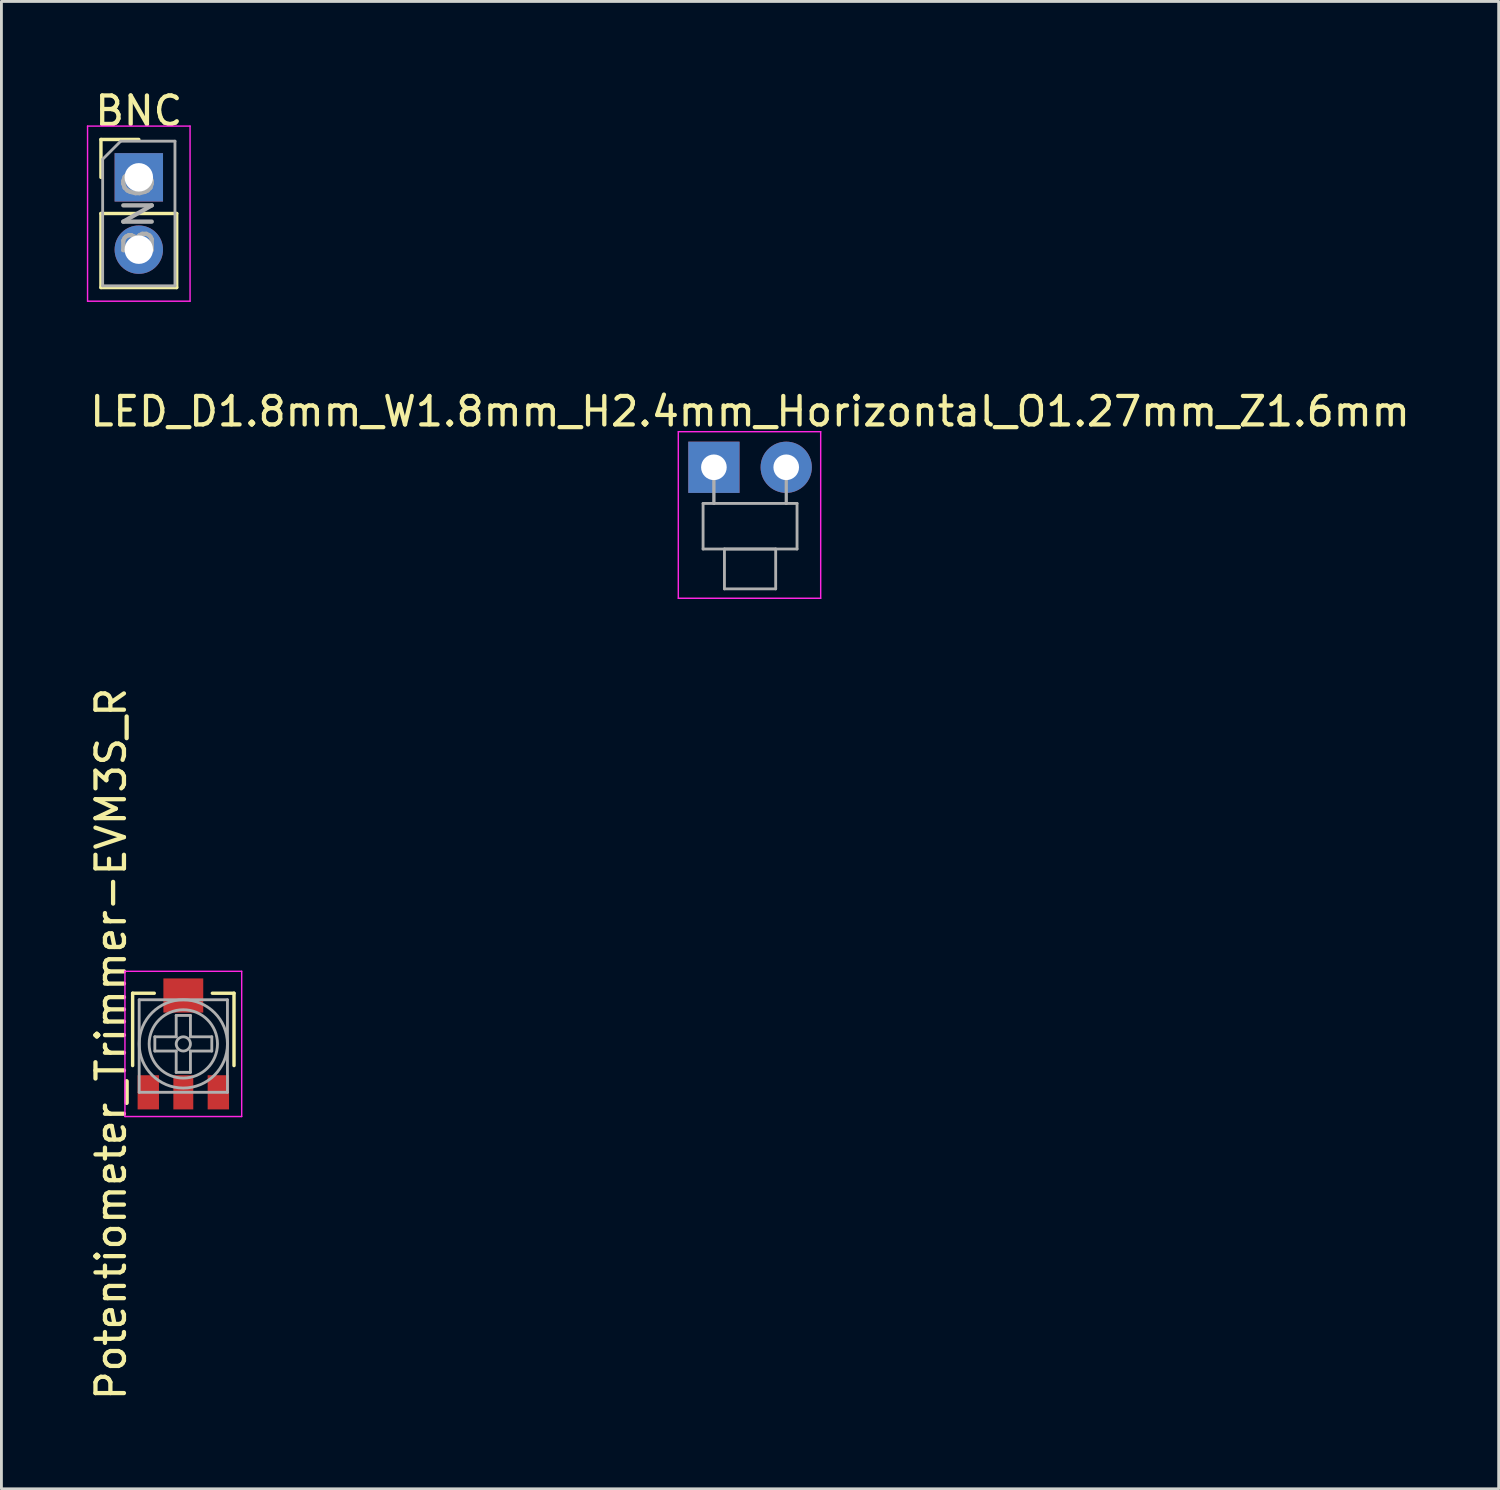
<source format=kicad_pcb>
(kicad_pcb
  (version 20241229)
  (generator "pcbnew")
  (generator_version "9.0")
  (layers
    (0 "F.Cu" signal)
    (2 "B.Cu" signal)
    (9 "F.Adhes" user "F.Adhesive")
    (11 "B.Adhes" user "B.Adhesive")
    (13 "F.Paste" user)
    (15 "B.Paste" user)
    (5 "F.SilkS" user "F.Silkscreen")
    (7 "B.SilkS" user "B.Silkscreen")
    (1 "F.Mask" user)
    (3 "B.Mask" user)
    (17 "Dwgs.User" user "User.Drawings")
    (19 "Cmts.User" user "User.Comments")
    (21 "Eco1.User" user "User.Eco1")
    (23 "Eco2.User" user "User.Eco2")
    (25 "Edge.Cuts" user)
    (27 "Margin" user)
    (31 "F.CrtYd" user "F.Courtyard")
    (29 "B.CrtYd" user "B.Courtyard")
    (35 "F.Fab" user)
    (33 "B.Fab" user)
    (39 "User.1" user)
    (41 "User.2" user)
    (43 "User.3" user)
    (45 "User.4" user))
  (footprint "LED_D1.8mm_W1.8mm_H2.4mm_Horizontal_O1.27mm_Z1.6mm"
    (layer "F.Cu")
    (at 22.022 13.361)
    (property "Reference" "LED_D1.8mm_W1.8mm_H2.4mm_Horizontal_O1.27mm_Z1.6mm" (at 1.27 -1.96 0) (layer "F.SilkS") (effects (font (size 1 1) (thickness 0.15))))
    (attr through_hole)
    (fp_line (start -1.25 -1.25) (end -1.25 4.6) (stroke (width 0.05) (type solid)) (layer "F.CrtYd"))
    (fp_line (start -1.25 4.6) (end 3.75 4.6) (stroke (width 0.05) (type solid)) (layer "F.CrtYd"))
    (fp_line (start 3.75 -1.25) (end -1.25 -1.25) (stroke (width 0.05) (type solid)) (layer "F.CrtYd"))
    (fp_line (start 3.75 4.6) (end 3.75 -1.25) (stroke (width 0.05) (type solid)) (layer "F.CrtYd"))
    (fp_line (start -0.38 1.27) (end -0.38 2.87) (stroke (width 0.1) (type solid)) (layer "F.Fab"))
    (fp_line (start -0.38 2.87) (end 2.92 2.87) (stroke (width 0.1) (type solid)) (layer "F.Fab"))
    (fp_line (start 0 0) (end 0 0) (stroke (width 0.1) (type solid)) (layer "F.Fab"))
    (fp_line (start 0 0) (end 0 1.27) (stroke (width 0.1) (type solid)) (layer "F.Fab"))
    (fp_line (start 0 1.27) (end 0 0) (stroke (width 0.1) (type solid)) (layer "F.Fab"))
    (fp_line (start 0 1.27) (end 0 1.27) (stroke (width 0.1) (type solid)) (layer "F.Fab"))
    (fp_line (start 0.37 2.87) (end 0.37 4.27) (stroke (width 0.1) (type solid)) (layer "F.Fab"))
    (fp_line (start 0.37 4.27) (end 2.17 4.27) (stroke (width 0.1) (type solid)) (layer "F.Fab"))
    (fp_line (start 2.17 2.87) (end 0.37 2.87) (stroke (width 0.1) (type solid)) (layer "F.Fab"))
    (fp_line (start 2.17 4.27) (end 2.17 2.87) (stroke (width 0.1) (type solid)) (layer "F.Fab"))
    (fp_line (start 2.54 0) (end 2.54 0) (stroke (width 0.1) (type solid)) (layer "F.Fab"))
    (fp_line (start 2.54 0) (end 2.54 1.27) (stroke (width 0.1) (type solid)) (layer "F.Fab"))
    (fp_line (start 2.54 1.27) (end 2.54 0) (stroke (width 0.1) (type solid)) (layer "F.Fab"))
    (fp_line (start 2.54 1.27) (end 2.54 1.27) (stroke (width 0.1) (type solid)) (layer "F.Fab"))
    (fp_line (start 2.92 1.27) (end -0.38 1.27) (stroke (width 0.1) (type solid)) (layer "F.Fab"))
    (fp_line (start 2.92 2.87) (end 2.92 1.27) (stroke (width 0.1) (type solid)) (layer "F.Fab"))
    (pad "1" thru_hole rect (at 0 0) (size 1.8 1.8) (drill 0.9) (layers "*.Cu" "*.Mask"))
    (pad "2" thru_hole circle (at 2.54 0) (size 1.8 1.8) (drill 0.9) (layers "*.Cu" "*.Mask")))
  (footprint "BNC"
    (layer "F.Cu")
    (at 1.825 3.178)
    (property "Reference" "BNC" (at 0 -2.33 0) (layer "F.SilkS") (effects (font (size 1 1) (thickness 0.15))))
    (attr through_hole)
    (fp_line (start -1.33 -1.33) (end 0 -1.33) (stroke (width 0.12) (type solid)) (layer "F.SilkS"))
    (fp_line (start -1.33 0) (end -1.33 -1.33) (stroke (width 0.12) (type solid)) (layer "F.SilkS"))
    (fp_line (start -1.33 1.27) (end -1.33 3.87) (stroke (width 0.12) (type solid)) (layer "F.SilkS"))
    (fp_line (start -1.33 1.27) (end 1.33 1.27) (stroke (width 0.12) (type solid)) (layer "F.SilkS"))
    (fp_line (start -1.33 3.87) (end 1.33 3.87) (stroke (width 0.12) (type solid)) (layer "F.SilkS"))
    (fp_line (start 1.33 1.27) (end 1.33 3.87) (stroke (width 0.12) (type solid)) (layer "F.SilkS"))
    (fp_line (start -1.8 -1.8) (end -1.8 4.35) (stroke (width 0.05) (type solid)) (layer "F.CrtYd"))
    (fp_line (start -1.8 4.35) (end 1.8 4.35) (stroke (width 0.05) (type solid)) (layer "F.CrtYd"))
    (fp_line (start 1.8 -1.8) (end -1.8 -1.8) (stroke (width 0.05) (type solid)) (layer "F.CrtYd"))
    (fp_line (start 1.8 4.35) (end 1.8 -1.8) (stroke (width 0.05) (type solid)) (layer "F.CrtYd"))
    (fp_line (start -1.27 -0.635) (end -0.635 -1.27) (stroke (width 0.1) (type solid)) (layer "F.Fab"))
    (fp_line (start -1.27 3.81) (end -1.27 -0.635) (stroke (width 0.1) (type solid)) (layer "F.Fab"))
    (fp_line (start -0.635 -1.27) (end 1.27 -1.27) (stroke (width 0.1) (type solid)) (layer "F.Fab"))
    (fp_line (start 1.27 -1.27) (end 1.27 3.81) (stroke (width 0.1) (type solid)) (layer "F.Fab"))
    (fp_line (start 1.27 3.81) (end -1.27 3.81) (stroke (width 0.1) (type solid)) (layer "F.Fab"))
    (fp_text user "${REFERENCE}" (at 0 1.27 90) (layer "F.Fab") (effects (font (size 1 1) (thickness 0.15))))
    (pad "1" thru_hole oval (at 0 2.54) (size 1.7 1.7) (drill 1) (layers "*.Cu" "*.Mask"))
    (pad "2" thru_hole rect (at 0 0) (size 1.7 1.7) (drill 1) (layers "*.Cu" "*.Mask")))
  (footprint "Potentiometer_Trimmer-EVM3S_R"
    (layer "F.Cu")
    (at 3.388 33.612)
    (property "Reference" "Potentiometer_Trimmer-EVM3S_R" (at -2.54 0 270) (layer "F.SilkS") (effects (font (size 1 1) (thickness 0.15))))
    (attr smd)
    (fp_line (start -1.78 -1.78) (end -1.02 -1.78) (stroke (width 0.12) (type solid)) (layer "F.SilkS"))
    (fp_line (start -1.78 0.76) (end -1.78 -1.78) (stroke (width 0.12) (type solid)) (layer "F.SilkS"))
    (fp_line (start 1.02 -1.78) (end 1.78 -1.78) (stroke (width 0.12) (type solid)) (layer "F.SilkS"))
    (fp_line (start 1.78 -1.78) (end 1.78 0.76) (stroke (width 0.12) (type solid)) (layer "F.SilkS"))
    (fp_line (start -2.05 -2.55) (end 2.05 -2.55) (stroke (width 0.05) (type solid)) (layer "F.CrtYd"))
    (fp_line (start -2.05 2.55) (end -2.05 -2.55) (stroke (width 0.05) (type solid)) (layer "F.CrtYd"))
    (fp_line (start 2.05 -2.55) (end 2.05 2.55) (stroke (width 0.05) (type solid)) (layer "F.CrtYd"))
    (fp_line (start 2.05 2.55) (end -2.05 2.55) (stroke (width 0.05) (type solid)) (layer "F.CrtYd"))
    (fp_line (start -1.55 -1.55) (end 1.55 -1.55) (stroke (width 0.1) (type solid)) (layer "F.Fab"))
    (fp_line (start -1.55 1.7) (end -1.55 -1.55) (stroke (width 0.1) (type solid)) (layer "F.Fab"))
    (fp_line (start -1 -0.25) (end -0.25 -0.25) (stroke (width 0.1) (type solid)) (layer "F.Fab"))
    (fp_line (start -1 0.25) (end -1 -0.25) (stroke (width 0.1) (type solid)) (layer "F.Fab"))
    (fp_line (start -0.25 -1) (end 0.25 -1) (stroke (width 0.1) (type solid)) (layer "F.Fab"))
    (fp_line (start -0.25 -0.25) (end -0.25 -1) (stroke (width 0.1) (type solid)) (layer "F.Fab"))
    (fp_line (start -0.25 0.25) (end -1 0.25) (stroke (width 0.1) (type solid)) (layer "F.Fab"))
    (fp_line (start -0.25 1) (end -0.25 0.25) (stroke (width 0.1) (type solid)) (layer "F.Fab"))
    (fp_line (start 0.25 -1) (end 0.25 -0.25) (stroke (width 0.1) (type solid)) (layer "F.Fab"))
    (fp_line (start 0.25 -0.25) (end 1 -0.25) (stroke (width 0.1) (type solid)) (layer "F.Fab"))
    (fp_line (start 0.25 0.25) (end 0.25 1) (stroke (width 0.1) (type solid)) (layer "F.Fab"))
    (fp_line (start 0.25 1) (end -0.25 1) (stroke (width 0.1) (type solid)) (layer "F.Fab"))
    (fp_line (start 1 -0.25) (end 1 0.25) (stroke (width 0.1) (type solid)) (layer "F.Fab"))
    (fp_line (start 1 0.25) (end 0.25 0.25) (stroke (width 0.1) (type solid)) (layer "F.Fab"))
    (fp_line (start 1.55 -1.55) (end 1.55 1.7) (stroke (width 0.1) (type solid)) (layer "F.Fab"))
    (fp_line (start 1.55 1.7) (end -1.55 1.7) (stroke (width 0.1) (type solid)) (layer "F.Fab"))
    (fp_circle (center 0 0) (end 0 -1.55) (stroke (width 0.1) (type solid)) (fill no) (layer "F.Fab"))
    (fp_circle (center 0 0) (end 0 -1.2) (stroke (width 0.1) (type solid)) (fill no) (layer "F.Fab"))
    (fp_circle (center 0 0) (end 0 -0.25) (stroke (width 0.1) (type solid)) (fill no) (layer "F.Fab"))
    (pad "" smd rect (at 0 -1.7) (size 1.4 1.2) (layers "F.Cu" "F.Mask" "F.Paste"))
    (pad "1" smd rect (at -1.23 1.7) (size 0.75 1.2) (layers "F.Cu" "F.Mask" "F.Paste"))
    (pad "2" smd rect (at 0 1.7) (size 0.7 1.2) (layers "F.Cu" "F.Mask" "F.Paste"))
    (pad "3" smd rect (at 1.23 1.7) (size 0.75 1.2) (layers "F.Cu" "F.Mask" "F.Paste")))
  (gr_rect
    (start -3 -3)
    (end 49.583 49.237)
    (stroke (width 0.1) (type default))
    (fill no)
    (layer "Edge.Cuts")))
</source>
